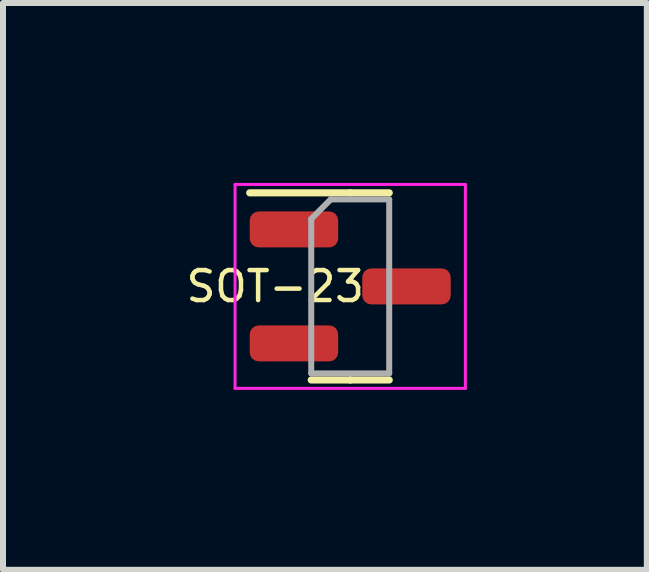
<source format=kicad_pcb>
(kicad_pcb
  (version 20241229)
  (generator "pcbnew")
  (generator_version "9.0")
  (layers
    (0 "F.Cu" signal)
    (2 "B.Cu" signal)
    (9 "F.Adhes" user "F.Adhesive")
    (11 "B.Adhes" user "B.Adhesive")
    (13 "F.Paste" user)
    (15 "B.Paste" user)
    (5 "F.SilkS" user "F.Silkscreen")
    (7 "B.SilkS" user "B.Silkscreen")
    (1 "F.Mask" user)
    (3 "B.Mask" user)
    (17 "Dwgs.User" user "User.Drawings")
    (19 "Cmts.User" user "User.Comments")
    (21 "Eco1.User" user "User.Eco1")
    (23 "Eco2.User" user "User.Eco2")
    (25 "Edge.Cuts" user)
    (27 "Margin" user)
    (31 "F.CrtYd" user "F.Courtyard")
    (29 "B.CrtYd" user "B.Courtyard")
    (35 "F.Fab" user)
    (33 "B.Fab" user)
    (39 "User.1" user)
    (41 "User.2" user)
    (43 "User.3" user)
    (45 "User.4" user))
  (footprint "SOT-23"
    (layer "F.Cu")
    (at 2.789 1.725)
    (property "Reference" "SOT-23" (at -1.25 0 0) (layer "F.SilkS") (effects (font (size 0.5 0.5) (thickness 0.075))))
    (attr smd)
    (fp_line (start 0 -1.56) (end -1.675 -1.56) (stroke (width 0.12) (type solid)) (layer "F.SilkS"))
    (fp_line (start 0 -1.56) (end 0.65 -1.56) (stroke (width 0.12) (type solid)) (layer "F.SilkS"))
    (fp_line (start 0 1.56) (end -0.65 1.56) (stroke (width 0.12) (type solid)) (layer "F.SilkS"))
    (fp_line (start 0 1.56) (end 0.65 1.56) (stroke (width 0.12) (type solid)) (layer "F.SilkS"))
    (fp_line (start -1.92 -1.7) (end -1.92 1.7) (stroke (width 0.05) (type solid)) (layer "F.CrtYd"))
    (fp_line (start -1.92 1.7) (end 1.92 1.7) (stroke (width 0.05) (type solid)) (layer "F.CrtYd"))
    (fp_line (start 1.92 -1.7) (end -1.92 -1.7) (stroke (width 0.05) (type solid)) (layer "F.CrtYd"))
    (fp_line (start 1.92 1.7) (end 1.92 -1.7) (stroke (width 0.05) (type solid)) (layer "F.CrtYd"))
    (fp_line (start -0.65 -1.125) (end -0.325 -1.45) (stroke (width 0.1) (type solid)) (layer "F.Fab"))
    (fp_line (start -0.65 1.45) (end -0.65 -1.125) (stroke (width 0.1) (type solid)) (layer "F.Fab"))
    (fp_line (start -0.325 -1.45) (end 0.65 -1.45) (stroke (width 0.1) (type solid)) (layer "F.Fab"))
    (fp_line (start 0.65 -1.45) (end 0.65 1.45) (stroke (width 0.1) (type solid)) (layer "F.Fab"))
    (fp_line (start 0.65 1.45) (end -0.65 1.45) (stroke (width 0.1) (type solid)) (layer "F.Fab"))
    (pad "1" smd roundrect (at -0.938 -0.95) (size 1.475 0.6) (layers "F.Cu" "F.Mask" "F.Paste") (roundrect_rratio 0.25))
    (pad "2" smd roundrect (at -0.938 0.95) (size 1.475 0.6) (layers "F.Cu" "F.Mask" "F.Paste") (roundrect_rratio 0.25))
    (pad "3" smd roundrect (at 0.938 0) (size 1.475 0.6) (layers "F.Cu" "F.Mask" "F.Paste") (roundrect_rratio 0.25)))
  (gr_rect
    (start -3 -3)
    (end 7.734 6.45)
    (stroke (width 0.1) (type default))
    (fill no)
    (layer "Edge.Cuts")))
</source>
